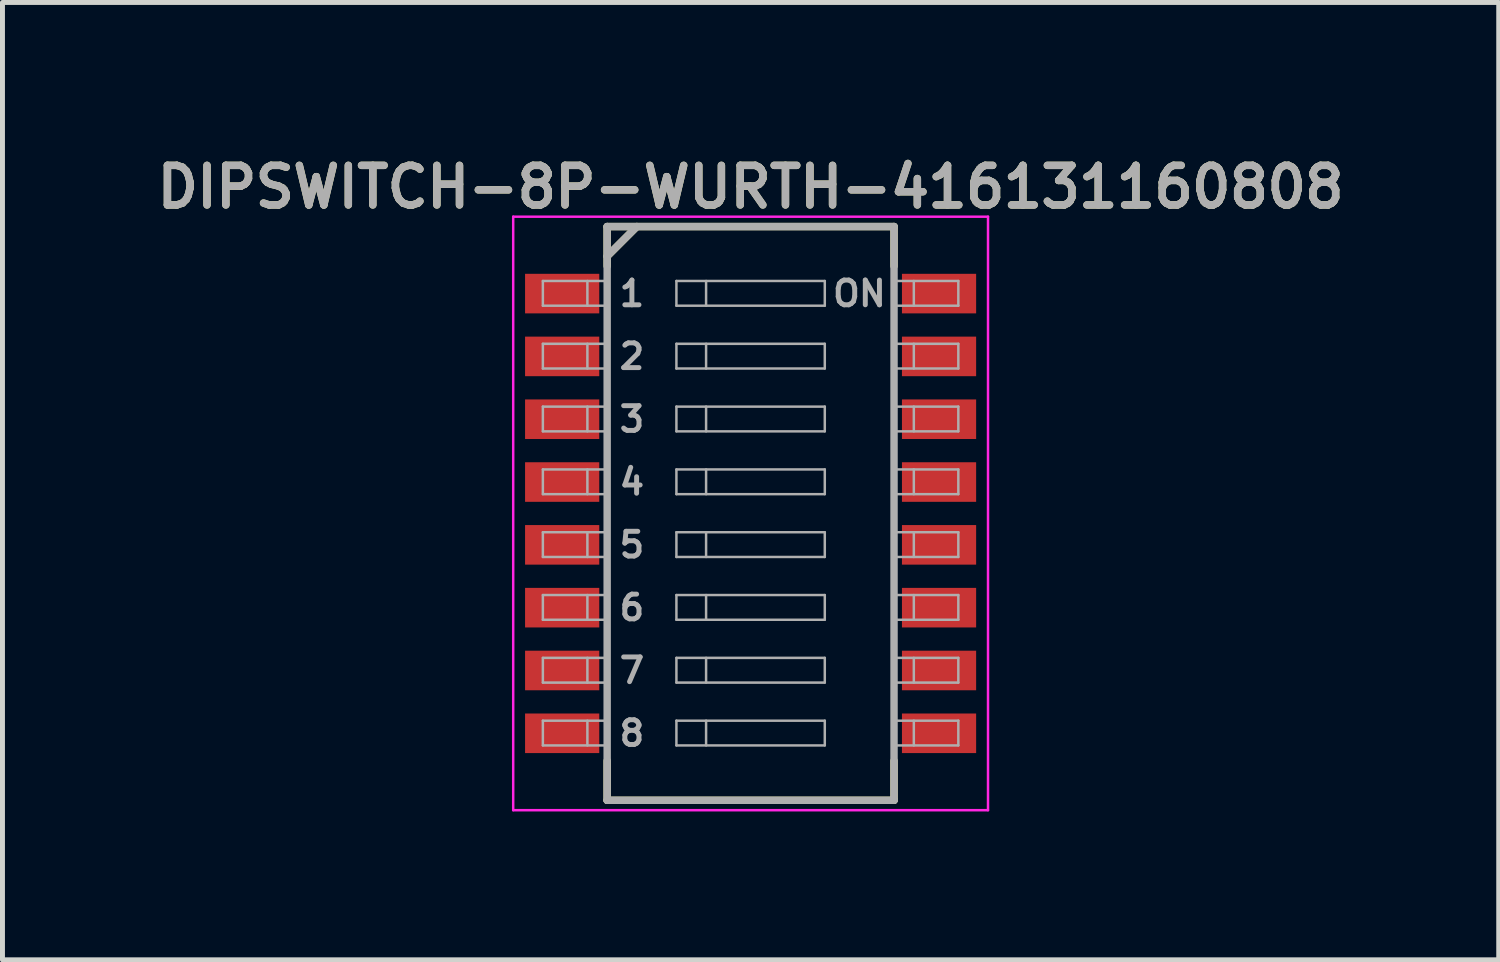
<source format=kicad_pcb>
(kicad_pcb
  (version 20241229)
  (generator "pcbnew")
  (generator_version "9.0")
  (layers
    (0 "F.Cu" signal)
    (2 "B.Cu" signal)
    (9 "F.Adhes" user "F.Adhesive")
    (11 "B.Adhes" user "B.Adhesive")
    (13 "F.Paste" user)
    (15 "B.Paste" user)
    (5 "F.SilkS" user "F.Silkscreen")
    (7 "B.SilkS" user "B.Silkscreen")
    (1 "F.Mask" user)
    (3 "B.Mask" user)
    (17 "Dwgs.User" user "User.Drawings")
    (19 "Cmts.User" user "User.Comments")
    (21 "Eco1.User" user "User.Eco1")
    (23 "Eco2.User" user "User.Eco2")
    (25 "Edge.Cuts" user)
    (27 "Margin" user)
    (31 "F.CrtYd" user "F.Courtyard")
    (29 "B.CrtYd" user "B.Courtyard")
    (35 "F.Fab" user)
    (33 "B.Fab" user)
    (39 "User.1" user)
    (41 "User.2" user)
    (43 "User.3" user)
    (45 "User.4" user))
  (footprint "DIPSWITCH-8P-WURTH-416131160808"
    (layer "F.Cu")
    (at 12.126 7.331)
    (property "Reference" "DIPSWITCH-8P-WURTH-416131160808" (at 0 -6.6 0) (layer "F.SilkS") (effects (font (size 0.8 0.8) (thickness 0.15))))
    (attr through_hole)
    (fp_line (start -2.9 -5.8) (end 2.9 -5.8) (stroke (width 0.15) (type solid)) (layer "F.SilkS"))
    (fp_line (start -2.9 -5.2) (end -2.3 -5.8) (stroke (width 0.15) (type solid)) (layer "F.SilkS"))
    (fp_line (start -2.9 -5) (end -2.9 -5.8) (stroke (width 0.15) (type solid)) (layer "F.SilkS"))
    (fp_line (start -2.9 5) (end -2.9 5.8) (stroke (width 0.15) (type solid)) (layer "F.SilkS"))
    (fp_line (start -2.9 5.8) (end 2.9 5.8) (stroke (width 0.15) (type solid)) (layer "F.SilkS"))
    (fp_line (start 2.9 -5.8) (end 2.9 -5) (stroke (width 0.15) (type solid)) (layer "F.SilkS"))
    (fp_line (start 2.9 5.8) (end 2.9 5) (stroke (width 0.15) (type solid)) (layer "F.SilkS"))
    (fp_line (start -4.8 -6) (end 4.8 -6) (stroke (width 0.05) (type solid)) (layer "F.CrtYd"))
    (fp_line (start -4.8 6) (end -4.8 -6) (stroke (width 0.05) (type solid)) (layer "F.CrtYd"))
    (fp_line (start 4.8 -6) (end 4.8 6) (stroke (width 0.05) (type solid)) (layer "F.CrtYd"))
    (fp_line (start 4.8 6) (end -4.8 6) (stroke (width 0.05) (type solid)) (layer "F.CrtYd"))
    (fp_line (start -4.2 -4.7) (end -4.2 -4.2) (stroke (width 0.05) (type solid)) (layer "F.Fab"))
    (fp_line (start -4.2 -4.2) (end -2.9 -4.2) (stroke (width 0.05) (type solid)) (layer "F.Fab"))
    (fp_line (start -4.2 -3.43) (end -4.2 -2.93) (stroke (width 0.05) (type solid)) (layer "F.Fab"))
    (fp_line (start -4.2 -2.93) (end -2.9 -2.93) (stroke (width 0.05) (type solid)) (layer "F.Fab"))
    (fp_line (start -4.2 -2.16) (end -4.2 -1.66) (stroke (width 0.05) (type solid)) (layer "F.Fab"))
    (fp_line (start -4.2 -1.66) (end -2.9 -1.66) (stroke (width 0.05) (type solid)) (layer "F.Fab"))
    (fp_line (start -4.2 -0.89) (end -4.2 -0.39) (stroke (width 0.05) (type solid)) (layer "F.Fab"))
    (fp_line (start -4.2 -0.39) (end -2.9 -0.39) (stroke (width 0.05) (type solid)) (layer "F.Fab"))
    (fp_line (start -4.2 0.38) (end -4.2 0.88) (stroke (width 0.05) (type solid)) (layer "F.Fab"))
    (fp_line (start -4.2 0.88) (end -2.9 0.88) (stroke (width 0.05) (type solid)) (layer "F.Fab"))
    (fp_line (start -4.2 1.65) (end -4.2 2.15) (stroke (width 0.05) (type solid)) (layer "F.Fab"))
    (fp_line (start -4.2 2.15) (end -2.9 2.15) (stroke (width 0.05) (type solid)) (layer "F.Fab"))
    (fp_line (start -4.2 2.92) (end -4.2 3.42) (stroke (width 0.05) (type solid)) (layer "F.Fab"))
    (fp_line (start -4.2 3.42) (end -2.9 3.42) (stroke (width 0.05) (type solid)) (layer "F.Fab"))
    (fp_line (start -4.2 4.19) (end -4.2 4.69) (stroke (width 0.05) (type solid)) (layer "F.Fab"))
    (fp_line (start -4.2 4.69) (end -2.9 4.69) (stroke (width 0.05) (type solid)) (layer "F.Fab"))
    (fp_line (start -3.3 -4.7) (end -3.3 -4.2) (stroke (width 0.05) (type solid)) (layer "F.Fab"))
    (fp_line (start -3.3 -3.43) (end -3.3 -2.93) (stroke (width 0.05) (type solid)) (layer "F.Fab"))
    (fp_line (start -3.3 -2.16) (end -3.3 -1.66) (stroke (width 0.05) (type solid)) (layer "F.Fab"))
    (fp_line (start -3.3 -0.89) (end -3.3 -0.39) (stroke (width 0.05) (type solid)) (layer "F.Fab"))
    (fp_line (start -3.3 0.38) (end -3.3 0.88) (stroke (width 0.05) (type solid)) (layer "F.Fab"))
    (fp_line (start -3.3 1.65) (end -3.3 2.15) (stroke (width 0.05) (type solid)) (layer "F.Fab"))
    (fp_line (start -3.3 2.92) (end -3.3 3.42) (stroke (width 0.05) (type solid)) (layer "F.Fab"))
    (fp_line (start -3.3 4.19) (end -3.3 4.69) (stroke (width 0.05) (type solid)) (layer "F.Fab"))
    (fp_line (start -2.9 -5.8) (end 2.9 -5.8) (stroke (width 0.15) (type solid)) (layer "F.Fab"))
    (fp_line (start -2.9 -5.2) (end -2.3 -5.8) (stroke (width 0.15) (type solid)) (layer "F.Fab"))
    (fp_line (start -2.9 -4.7) (end -4.2 -4.7) (stroke (width 0.05) (type solid)) (layer "F.Fab"))
    (fp_line (start -2.9 -3.43) (end -4.2 -3.43) (stroke (width 0.05) (type solid)) (layer "F.Fab"))
    (fp_line (start -2.9 -2.16) (end -4.2 -2.16) (stroke (width 0.05) (type solid)) (layer "F.Fab"))
    (fp_line (start -2.9 -0.89) (end -4.2 -0.89) (stroke (width 0.05) (type solid)) (layer "F.Fab"))
    (fp_line (start -2.9 0.38) (end -4.2 0.38) (stroke (width 0.05) (type solid)) (layer "F.Fab"))
    (fp_line (start -2.9 1.65) (end -4.2 1.65) (stroke (width 0.05) (type solid)) (layer "F.Fab"))
    (fp_line (start -2.9 2.92) (end -4.2 2.92) (stroke (width 0.05) (type solid)) (layer "F.Fab"))
    (fp_line (start -2.9 4.19) (end -4.2 4.19) (stroke (width 0.05) (type solid)) (layer "F.Fab"))
    (fp_line (start -2.9 5.8) (end -2.9 -5.8) (stroke (width 0.15) (type solid)) (layer "F.Fab"))
    (fp_line (start -1.5 -4.7) (end 1.5 -4.7) (stroke (width 0.05) (type solid)) (layer "F.Fab"))
    (fp_line (start -1.5 -4.2) (end -1.5 -4.7) (stroke (width 0.05) (type solid)) (layer "F.Fab"))
    (fp_line (start -1.5 -3.43) (end 1.5 -3.43) (stroke (width 0.05) (type solid)) (layer "F.Fab"))
    (fp_line (start -1.5 -2.93) (end -1.5 -3.43) (stroke (width 0.05) (type solid)) (layer "F.Fab"))
    (fp_line (start -1.5 -2.16) (end 1.5 -2.16) (stroke (width 0.05) (type solid)) (layer "F.Fab"))
    (fp_line (start -1.5 -1.66) (end -1.5 -2.16) (stroke (width 0.05) (type solid)) (layer "F.Fab"))
    (fp_line (start -1.5 -0.89) (end 1.5 -0.89) (stroke (width 0.05) (type solid)) (layer "F.Fab"))
    (fp_line (start -1.5 -0.39) (end -1.5 -0.89) (stroke (width 0.05) (type solid)) (layer "F.Fab"))
    (fp_line (start -1.5 0.38) (end 1.5 0.38) (stroke (width 0.05) (type solid)) (layer "F.Fab"))
    (fp_line (start -1.5 0.88) (end -1.5 0.38) (stroke (width 0.05) (type solid)) (layer "F.Fab"))
    (fp_line (start -1.5 1.65) (end 1.5 1.65) (stroke (width 0.05) (type solid)) (layer "F.Fab"))
    (fp_line (start -1.5 2.15) (end -1.5 1.65) (stroke (width 0.05) (type solid)) (layer "F.Fab"))
    (fp_line (start -1.5 2.92) (end 1.5 2.92) (stroke (width 0.05) (type solid)) (layer "F.Fab"))
    (fp_line (start -1.5 3.42) (end -1.5 2.92) (stroke (width 0.05) (type solid)) (layer "F.Fab"))
    (fp_line (start -1.5 4.19) (end 1.5 4.19) (stroke (width 0.05) (type solid)) (layer "F.Fab"))
    (fp_line (start -1.5 4.69) (end -1.5 4.19) (stroke (width 0.05) (type solid)) (layer "F.Fab"))
    (fp_line (start -0.9 -4.7) (end -0.9 -4.2) (stroke (width 0.05) (type solid)) (layer "F.Fab"))
    (fp_line (start -0.9 -3.43) (end -0.9 -2.93) (stroke (width 0.05) (type solid)) (layer "F.Fab"))
    (fp_line (start -0.9 -2.16) (end -0.9 -1.66) (stroke (width 0.05) (type solid)) (layer "F.Fab"))
    (fp_line (start -0.9 -0.89) (end -0.9 -0.39) (stroke (width 0.05) (type solid)) (layer "F.Fab"))
    (fp_line (start -0.9 0.38) (end -0.9 0.88) (stroke (width 0.05) (type solid)) (layer "F.Fab"))
    (fp_line (start -0.9 1.65) (end -0.9 2.15) (stroke (width 0.05) (type solid)) (layer "F.Fab"))
    (fp_line (start -0.9 2.92) (end -0.9 3.42) (stroke (width 0.05) (type solid)) (layer "F.Fab"))
    (fp_line (start -0.9 4.19) (end -0.9 4.69) (stroke (width 0.05) (type solid)) (layer "F.Fab"))
    (fp_line (start 1.5 -4.7) (end 1.5 -4.2) (stroke (width 0.05) (type solid)) (layer "F.Fab"))
    (fp_line (start 1.5 -4.2) (end -1.5 -4.2) (stroke (width 0.05) (type solid)) (layer "F.Fab"))
    (fp_line (start 1.5 -3.43) (end 1.5 -2.93) (stroke (width 0.05) (type solid)) (layer "F.Fab"))
    (fp_line (start 1.5 -2.93) (end -1.5 -2.93) (stroke (width 0.05) (type solid)) (layer "F.Fab"))
    (fp_line (start 1.5 -2.16) (end 1.5 -1.66) (stroke (width 0.05) (type solid)) (layer "F.Fab"))
    (fp_line (start 1.5 -1.66) (end -1.5 -1.66) (stroke (width 0.05) (type solid)) (layer "F.Fab"))
    (fp_line (start 1.5 -0.89) (end 1.5 -0.39) (stroke (width 0.05) (type solid)) (layer "F.Fab"))
    (fp_line (start 1.5 -0.39) (end -1.5 -0.39) (stroke (width 0.05) (type solid)) (layer "F.Fab"))
    (fp_line (start 1.5 0.38) (end 1.5 0.88) (stroke (width 0.05) (type solid)) (layer "F.Fab"))
    (fp_line (start 1.5 0.88) (end -1.5 0.88) (stroke (width 0.05) (type solid)) (layer "F.Fab"))
    (fp_line (start 1.5 1.65) (end 1.5 2.15) (stroke (width 0.05) (type solid)) (layer "F.Fab"))
    (fp_line (start 1.5 2.15) (end -1.5 2.15) (stroke (width 0.05) (type solid)) (layer "F.Fab"))
    (fp_line (start 1.5 2.92) (end 1.5 3.42) (stroke (width 0.05) (type solid)) (layer "F.Fab"))
    (fp_line (start 1.5 3.42) (end -1.5 3.42) (stroke (width 0.05) (type solid)) (layer "F.Fab"))
    (fp_line (start 1.5 4.19) (end 1.5 4.69) (stroke (width 0.05) (type solid)) (layer "F.Fab"))
    (fp_line (start 1.5 4.69) (end -1.5 4.69) (stroke (width 0.05) (type solid)) (layer "F.Fab"))
    (fp_line (start 2.9 -5.8) (end 2.9 5.8) (stroke (width 0.15) (type solid)) (layer "F.Fab"))
    (fp_line (start 2.9 5.8) (end -2.9 5.8) (stroke (width 0.15) (type solid)) (layer "F.Fab"))
    (fp_line (start 3.3 -4.7) (end 3.3 -4.2) (stroke (width 0.05) (type solid)) (layer "F.Fab"))
    (fp_line (start 3.3 -3.43) (end 3.3 -2.93) (stroke (width 0.05) (type solid)) (layer "F.Fab"))
    (fp_line (start 3.3 -2.16) (end 3.3 -1.66) (stroke (width 0.05) (type solid)) (layer "F.Fab"))
    (fp_line (start 3.3 -0.89) (end 3.3 -0.39) (stroke (width 0.05) (type solid)) (layer "F.Fab"))
    (fp_line (start 3.3 0.38) (end 3.3 0.88) (stroke (width 0.05) (type solid)) (layer "F.Fab"))
    (fp_line (start 3.3 1.65) (end 3.3 2.15) (stroke (width 0.05) (type solid)) (layer "F.Fab"))
    (fp_line (start 3.3 2.92) (end 3.3 3.42) (stroke (width 0.05) (type solid)) (layer "F.Fab"))
    (fp_line (start 3.3 4.19) (end 3.3 4.69) (stroke (width 0.05) (type solid)) (layer "F.Fab"))
    (fp_line (start 4.2 -4.7) (end 2.9 -4.7) (stroke (width 0.05) (type solid)) (layer "F.Fab"))
    (fp_line (start 4.2 -4.7) (end 4.2 -4.2) (stroke (width 0.05) (type solid)) (layer "F.Fab"))
    (fp_line (start 4.2 -4.2) (end 2.9 -4.2) (stroke (width 0.05) (type solid)) (layer "F.Fab"))
    (fp_line (start 4.2 -3.43) (end 2.9 -3.43) (stroke (width 0.05) (type solid)) (layer "F.Fab"))
    (fp_line (start 4.2 -3.43) (end 4.2 -2.93) (stroke (width 0.05) (type solid)) (layer "F.Fab"))
    (fp_line (start 4.2 -2.93) (end 2.9 -2.93) (stroke (width 0.05) (type solid)) (layer "F.Fab"))
    (fp_line (start 4.2 -2.16) (end 2.9 -2.16) (stroke (width 0.05) (type solid)) (layer "F.Fab"))
    (fp_line (start 4.2 -2.16) (end 4.2 -1.66) (stroke (width 0.05) (type solid)) (layer "F.Fab"))
    (fp_line (start 4.2 -1.66) (end 2.9 -1.66) (stroke (width 0.05) (type solid)) (layer "F.Fab"))
    (fp_line (start 4.2 -0.89) (end 2.9 -0.89) (stroke (width 0.05) (type solid)) (layer "F.Fab"))
    (fp_line (start 4.2 -0.89) (end 4.2 -0.39) (stroke (width 0.05) (type solid)) (layer "F.Fab"))
    (fp_line (start 4.2 -0.39) (end 2.9 -0.39) (stroke (width 0.05) (type solid)) (layer "F.Fab"))
    (fp_line (start 4.2 0.38) (end 2.9 0.38) (stroke (width 0.05) (type solid)) (layer "F.Fab"))
    (fp_line (start 4.2 0.38) (end 4.2 0.88) (stroke (width 0.05) (type solid)) (layer "F.Fab"))
    (fp_line (start 4.2 0.88) (end 2.9 0.88) (stroke (width 0.05) (type solid)) (layer "F.Fab"))
    (fp_line (start 4.2 1.65) (end 2.9 1.65) (stroke (width 0.05) (type solid)) (layer "F.Fab"))
    (fp_line (start 4.2 1.65) (end 4.2 2.15) (stroke (width 0.05) (type solid)) (layer "F.Fab"))
    (fp_line (start 4.2 2.15) (end 2.9 2.15) (stroke (width 0.05) (type solid)) (layer "F.Fab"))
    (fp_line (start 4.2 2.92) (end 2.9 2.92) (stroke (width 0.05) (type solid)) (layer "F.Fab"))
    (fp_line (start 4.2 2.92) (end 4.2 3.42) (stroke (width 0.05) (type solid)) (layer "F.Fab"))
    (fp_line (start 4.2 3.42) (end 2.9 3.42) (stroke (width 0.05) (type solid)) (layer "F.Fab"))
    (fp_line (start 4.2 4.19) (end 2.9 4.19) (stroke (width 0.05) (type solid)) (layer "F.Fab"))
    (fp_line (start 4.2 4.19) (end 4.2 4.69) (stroke (width 0.05) (type solid)) (layer "F.Fab"))
    (fp_line (start 4.2 4.69) (end 2.9 4.69) (stroke (width 0.05) (type solid)) (layer "F.Fab"))
    (fp_text user "4" (at -2.4 -0.635 0) (layer "F.Fab") (effects (font (size 0.5 0.5) (thickness 0.1))))
    (fp_text user "8" (at -2.4 4.445 0) (layer "F.Fab") (effects (font (size 0.5 0.5) (thickness 0.1))))
    (fp_text user "6" (at -2.4 1.905 0) (layer "F.Fab") (effects (font (size 0.5 0.5) (thickness 0.1))))
    (fp_text user "3" (at -2.4 -1.905 0) (layer "F.Fab") (effects (font (size 0.5 0.5) (thickness 0.1))))
    (fp_text user "2" (at -2.4 -3.175 0) (layer "F.Fab") (effects (font (size 0.5 0.5) (thickness 0.1))))
    (fp_text user "1" (at -2.4 -4.445 0) (layer "F.Fab") (effects (font (size 0.5 0.5) (thickness 0.1))))
    (fp_text user "${REFERENCE}" (at 0 -6.6 0) (layer "F.Fab") (effects (font (size 0.8 0.8) (thickness 0.15))))
    (fp_text user "5" (at -2.4 0.635 0) (layer "F.Fab") (effects (font (size 0.5 0.5) (thickness 0.1))))
    (fp_text user "ON" (at 2.2 -4.445 0) (layer "F.Fab") (effects (font (size 0.5 0.5) (thickness 0.1))))
    (fp_text user "7" (at -2.4 3.175 0) (layer "F.Fab") (effects (font (size 0.5 0.5) (thickness 0.1))))
    (pad "1" smd rect (at -3.81 -4.445) (size 1.5 0.8) (layers "F.Cu" "F.Mask" "F.Paste"))
    (pad "2" smd rect (at -3.81 -3.175) (size 1.5 0.8) (layers "F.Cu" "F.Mask" "F.Paste"))
    (pad "3" smd rect (at -3.81 -1.905) (size 1.5 0.8) (layers "F.Cu" "F.Mask" "F.Paste"))
    (pad "4" smd rect (at -3.81 -0.635) (size 1.5 0.8) (layers "F.Cu" "F.Mask" "F.Paste"))
    (pad "5" smd rect (at -3.81 0.635) (size 1.5 0.8) (layers "F.Cu" "F.Mask" "F.Paste"))
    (pad "6" smd rect (at -3.81 1.905) (size 1.5 0.8) (layers "F.Cu" "F.Mask" "F.Paste"))
    (pad "7" smd rect (at -3.81 3.175) (size 1.5 0.8) (layers "F.Cu" "F.Mask" "F.Paste"))
    (pad "8" smd rect (at -3.81 4.445) (size 1.5 0.8) (layers "F.Cu" "F.Mask" "F.Paste"))
    (pad "9" smd rect (at 3.81 4.445) (size 1.5 0.8) (layers "F.Cu" "F.Mask" "F.Paste"))
    (pad "10" smd rect (at 3.81 3.175) (size 1.5 0.8) (layers "F.Cu" "F.Mask" "F.Paste"))
    (pad "11" smd rect (at 3.81 1.905) (size 1.5 0.8) (layers "F.Cu" "F.Mask" "F.Paste"))
    (pad "12" smd rect (at 3.81 0.635) (size 1.5 0.8) (layers "F.Cu" "F.Mask" "F.Paste"))
    (pad "13" smd rect (at 3.81 -0.635) (size 1.5 0.8) (layers "F.Cu" "F.Mask" "F.Paste"))
    (pad "14" smd rect (at 3.81 -1.905) (size 1.5 0.8) (layers "F.Cu" "F.Mask" "F.Paste"))
    (pad "15" smd rect (at 3.81 -3.175) (size 1.5 0.8) (layers "F.Cu" "F.Mask" "F.Paste"))
    (pad "16" smd rect (at 3.81 -4.445) (size 1.5 0.8) (layers "F.Cu" "F.Mask" "F.Paste")))
  (gr_rect
    (start -3 -3)
    (end 27.252 16.356)
    (stroke (width 0.1) (type default))
    (fill no)
    (layer "Edge.Cuts")))
</source>
